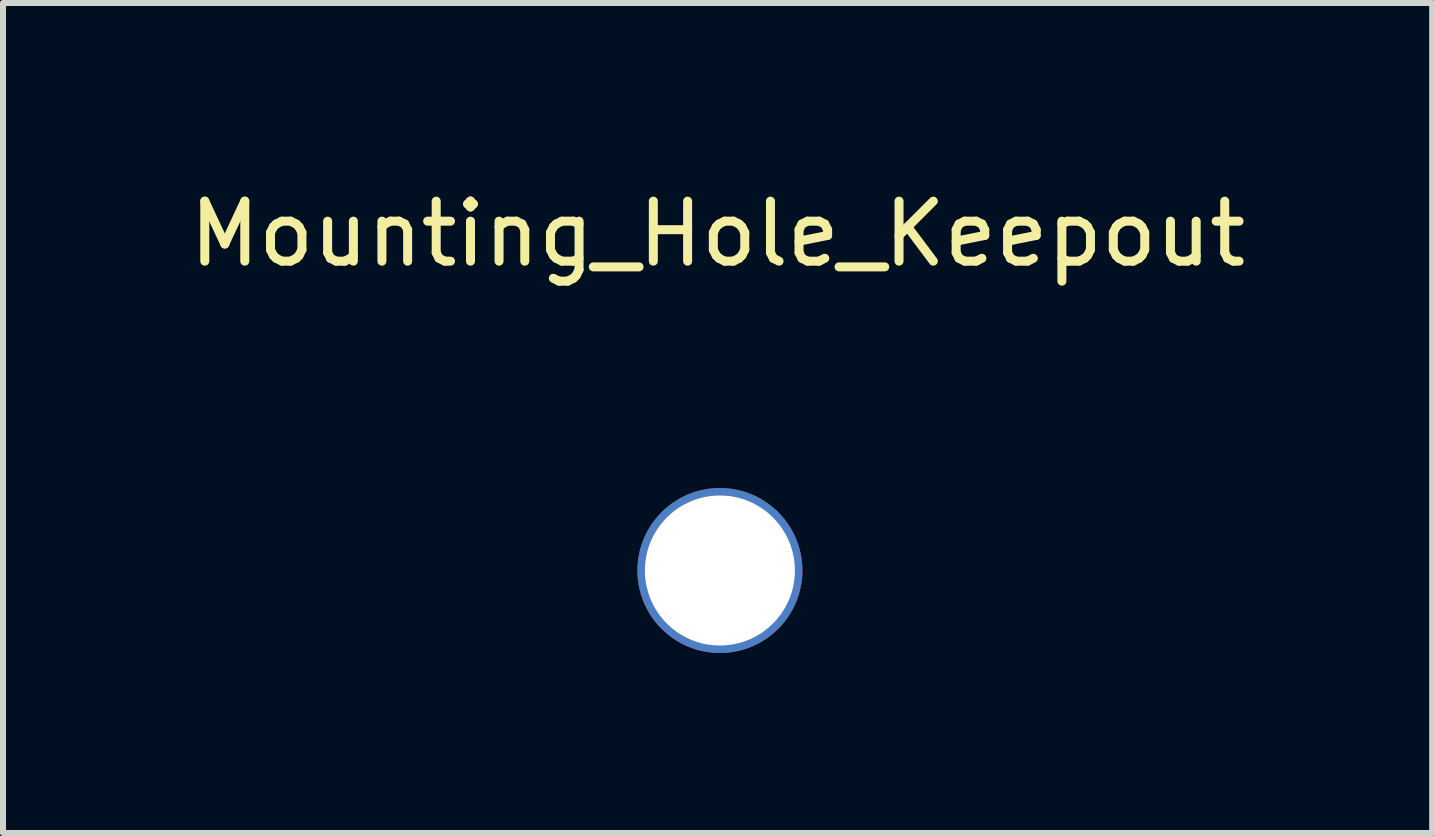
<source format=kicad_pcb>
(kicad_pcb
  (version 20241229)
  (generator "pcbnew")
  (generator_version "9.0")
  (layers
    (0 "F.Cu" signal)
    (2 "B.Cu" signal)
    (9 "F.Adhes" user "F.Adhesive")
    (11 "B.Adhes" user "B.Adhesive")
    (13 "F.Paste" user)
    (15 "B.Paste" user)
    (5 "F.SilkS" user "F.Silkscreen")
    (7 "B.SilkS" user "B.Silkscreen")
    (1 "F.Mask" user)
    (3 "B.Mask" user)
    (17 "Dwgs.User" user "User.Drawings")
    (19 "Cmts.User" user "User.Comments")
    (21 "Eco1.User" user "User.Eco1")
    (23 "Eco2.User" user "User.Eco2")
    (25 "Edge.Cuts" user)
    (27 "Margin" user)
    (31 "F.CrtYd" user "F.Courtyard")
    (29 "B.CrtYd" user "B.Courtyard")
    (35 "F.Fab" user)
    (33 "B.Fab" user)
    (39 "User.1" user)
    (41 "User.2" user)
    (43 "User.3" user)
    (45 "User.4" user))
  (footprint "Mounting_Hole_Keepout"
    (layer "F.Cu")
    (at 8.949 6.459)
    (property "Reference" "Mounting_Hole_Keepout" (at -0.038 -5.611 0) (layer "F.SilkS") (effects (font (size 1 1) (thickness 0.15))))
    (attr through_hole)
    (pad "" np_thru_hole circle (at 0 0) (size 2.75 2.75) (drill 2.5) (layers "*.Cu" "*.Mask")))
  (gr_rect
    (start -3 -3)
    (end 20.821 10.834)
    (stroke (width 0.1) (type default))
    (fill no)
    (layer "Edge.Cuts")))
</source>
